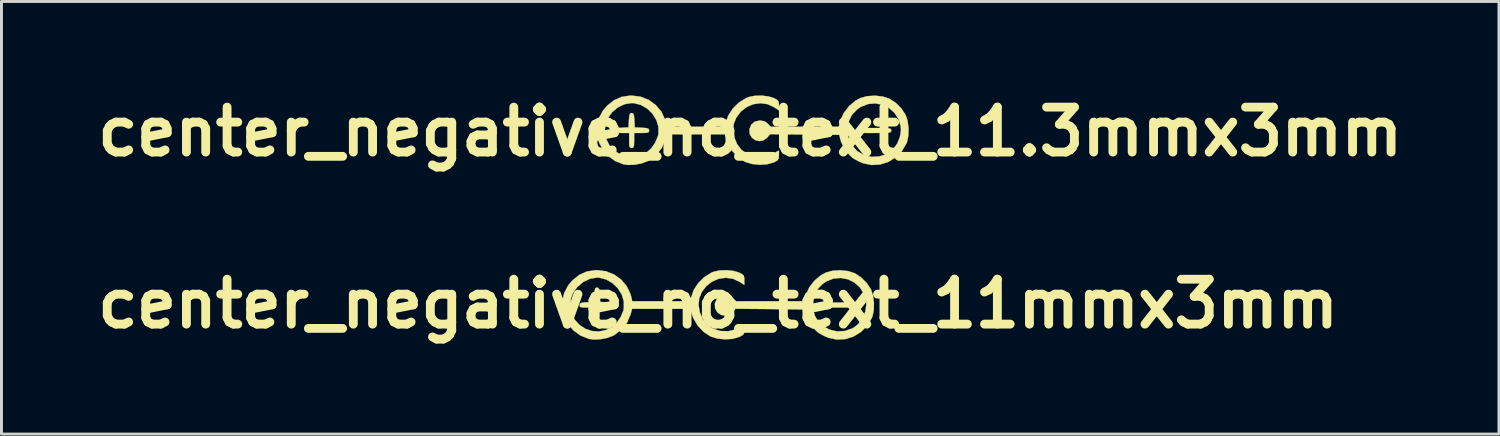
<source format=kicad_pcb>
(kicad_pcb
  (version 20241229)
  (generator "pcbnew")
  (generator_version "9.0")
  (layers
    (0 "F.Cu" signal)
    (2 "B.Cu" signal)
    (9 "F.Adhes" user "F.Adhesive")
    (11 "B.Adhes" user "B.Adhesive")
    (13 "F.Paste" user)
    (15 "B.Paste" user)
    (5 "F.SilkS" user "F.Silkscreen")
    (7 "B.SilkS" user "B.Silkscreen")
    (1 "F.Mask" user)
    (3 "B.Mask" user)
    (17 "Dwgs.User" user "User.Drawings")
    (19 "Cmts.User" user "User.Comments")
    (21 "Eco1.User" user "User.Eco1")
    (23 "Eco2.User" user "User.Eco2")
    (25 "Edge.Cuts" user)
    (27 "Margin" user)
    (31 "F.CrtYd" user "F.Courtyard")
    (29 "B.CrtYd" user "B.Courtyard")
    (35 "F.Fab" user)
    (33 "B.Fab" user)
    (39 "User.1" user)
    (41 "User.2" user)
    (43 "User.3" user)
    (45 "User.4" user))
  (footprint "center_negative_no_text_11mmx3mm"
    (layer "F.Cu")
    (at 21.307 7.254)
    (property "Reference" "center_negative_no_text_11mmx3mm" (at 0 0 0) (layer "F.SilkS") (effects (font (size 1.524 1.524) (thickness 0.3))))
    (attr through_hole)
    (fp_poly (pts (xy 4.341 -0.042) (xy 4.504 -0.039) (xy 4.608 -0.031) (xy 4.667 -0.017) (xy 4.693 0.004) (xy 4.699 0.036) (xy 4.699 0.042) (xy 4.695 0.076) (xy 4.673 0.099) (xy 4.62 0.114) (xy 4.525 0.122) (xy 4.372 0.126) (xy 4.15 0.127) (xy 4.106 0.127) (xy 3.872 0.126) (xy 3.709 0.123) (xy 3.605 0.116) (xy 3.546 0.102) (xy 3.52 0.08) (xy 3.514 0.049) (xy 3.514 0.042) (xy 3.518 0.009) (xy 3.54 -0.014) (xy 3.592 -0.029) (xy 3.688 -0.038) (xy 3.84 -0.041) (xy 4.062 -0.042) (xy 4.106 -0.042) (xy 4.341 -0.042)) (stroke (width 0.01) (type solid)) (fill yes) (layer "F.SilkS"))
    (fp_poly (pts (xy -4.06 -0.538) (xy -4.033 -0.488) (xy -4.018 -0.381) (xy -4.013 -0.307) (xy -4 -0.064) (xy -3.757 -0.051) (xy -3.618 -0.04) (xy -3.544 -0.02) (xy -3.516 0.017) (xy -3.514 0.044) (xy -3.524 0.091) (xy -3.566 0.116) (xy -3.66 0.126) (xy -3.768 0.127) (xy -4.022 0.127) (xy -4.022 0.381) (xy -4.025 0.523) (xy -4.038 0.6) (xy -4.069 0.63) (xy -4.106 0.635) (xy -4.154 0.626) (xy -4.179 0.585) (xy -4.189 0.494) (xy -4.191 0.381) (xy -4.191 0.127) (xy -4.445 0.127) (xy -4.587 0.124) (xy -4.664 0.11) (xy -4.695 0.079) (xy -4.699 0.044) (xy -4.687 -0.003) (xy -4.64 -0.031) (xy -4.536 -0.046) (xy -4.456 -0.051) (xy -4.212 -0.064) (xy -4.199 -0.307) (xy -4.188 -0.446) (xy -4.168 -0.52) (xy -4.131 -0.548) (xy -4.106 -0.55) (xy -4.06 -0.538)) (stroke (width 0.01) (type solid)) (fill yes) (layer "F.SilkS"))
    (fp_poly (pts (xy 4.411 -1.109) (xy 4.634 -1.037) (xy 4.847 -0.897) (xy 5.04 -0.705) (xy 5.182 -0.492) (xy 5.185 -0.485) (xy 5.253 -0.279) (xy 5.285 -0.036) (xy 5.279 0.211) (xy 5.235 0.426) (xy 5.216 0.476) (xy 5.057 0.743) (xy 4.845 0.955) (xy 4.594 1.109) (xy 4.317 1.197) (xy 4.028 1.213) (xy 3.739 1.152) (xy 3.58 1.083) (xy 3.426 0.998) (xy 3.37 0.959) (xy 3.227 0.816) (xy 3.095 0.629) (xy 2.998 0.432) (xy 2.966 0.325) (xy 2.939 0.191) (xy 1.764 0.179) (xy 0.59 0.168) (xy 0.491 0.283) (xy 0.364 0.377) (xy 0.222 0.403) (xy 0.084 0.369) (xy -0.03 0.285) (xy -0.102 0.159) (xy -0.111 0.003) (xy -0.1 -0.027) (xy 3.222 -0.027) (xy 3.225 0.086) (xy 3.243 0.269) (xy 3.282 0.405) (xy 3.351 0.53) (xy 3.362 0.545) (xy 3.548 0.745) (xy 3.775 0.876) (xy 4.028 0.936) (xy 4.295 0.922) (xy 4.561 0.831) (xy 4.573 0.825) (xy 4.753 0.688) (xy 4.897 0.493) (xy 4.993 0.264) (xy 5.028 0.025) (xy 5.02 -0.095) (xy 4.941 -0.352) (xy 4.802 -0.564) (xy 4.616 -0.726) (xy 4.397 -0.832) (xy 4.158 -0.877) (xy 3.912 -0.855) (xy 3.674 -0.763) (xy 3.538 -0.669) (xy 3.362 -0.485) (xy 3.259 -0.277) (xy 3.222 -0.027) (xy -0.1 -0.027) (xy -0.05 -0.158) (xy 0.071 -0.259) (xy 0.243 -0.296) (xy 0.251 -0.296) (xy 0.402 -0.269) (xy 0.508 -0.191) (xy 0.607 -0.085) (xy 2.915 -0.085) (xy 2.981 -0.313) (xy 3.091 -0.555) (xy 3.263 -0.78) (xy 3.478 -0.963) (xy 3.647 -1.057) (xy 3.88 -1.121) (xy 4.147 -1.139) (xy 4.411 -1.109)) (stroke (width 0.01) (type solid)) (fill yes) (layer "F.SilkS"))
    (fp_poly (pts (xy -3.802 -1.103) (xy -3.524 -0.992) (xy -3.284 -0.818) (xy -3.096 -0.591) (xy -2.97 -0.321) (xy -2.944 -0.222) (xy -2.914 -0.085) (xy -0.941 -0.085) (xy -0.915 -0.222) (xy -0.828 -0.47) (xy -0.674 -0.703) (xy -0.47 -0.904) (xy -0.233 -1.053) (xy -0.131 -1.094) (xy 0.069 -1.134) (xy 0.303 -1.14) (xy 0.533 -1.113) (xy 0.709 -1.059) (xy 0.82 -1.003) (xy 0.872 -0.948) (xy 0.888 -0.863) (xy 0.889 -0.808) (xy 0.889 -0.638) (xy 0.74 -0.738) (xy 0.51 -0.848) (xy 0.266 -0.883) (xy 0.023 -0.85) (xy -0.204 -0.754) (xy -0.402 -0.6) (xy -0.556 -0.395) (xy -0.641 -0.188) (xy -0.664 0.04) (xy -0.623 0.283) (xy -0.525 0.513) (xy -0.38 0.702) (xy -0.374 0.707) (xy -0.166 0.846) (xy 0.08 0.922) (xy 0.341 0.93) (xy 0.597 0.87) (xy 0.684 0.83) (xy 0.889 0.724) (xy 0.889 0.885) (xy 0.882 0.987) (xy 0.846 1.051) (xy 0.759 1.103) (xy 0.71 1.126) (xy 0.491 1.189) (xy 0.234 1.206) (xy -0.025 1.179) (xy -0.254 1.108) (xy -0.265 1.103) (xy -0.492 0.953) (xy -0.689 0.744) (xy -0.834 0.503) (xy -0.875 0.397) (xy -0.947 0.169) (xy -2.918 0.169) (xy -2.965 0.345) (xy -3.085 0.635) (xy -3.273 0.875) (xy -3.524 1.062) (xy -3.566 1.084) (xy -3.765 1.158) (xy -3.996 1.202) (xy -4.222 1.212) (xy -4.381 1.19) (xy -4.668 1.076) (xy -4.904 0.906) (xy -5.087 0.691) (xy -5.214 0.444) (xy -5.28 0.177) (xy -5.281 0.086) (xy -5.019 0.086) (xy -4.972 0.327) (xy -4.864 0.539) (xy -4.706 0.714) (xy -4.509 0.844) (xy -4.285 0.922) (xy -4.045 0.939) (xy -3.799 0.888) (xy -3.592 0.784) (xy -3.434 0.639) (xy -3.302 0.443) (xy -3.214 0.228) (xy -3.2 0.162) (xy -3.198 -0.079) (xy -3.268 -0.312) (xy -3.399 -0.523) (xy -3.578 -0.698) (xy -3.792 -0.823) (xy -4.03 -0.885) (xy -4.106 -0.889) (xy -4.349 -0.849) (xy -4.578 -0.738) (xy -4.775 -0.572) (xy -4.923 -0.363) (xy -4.993 -0.177) (xy -5.019 0.086) (xy -5.281 0.086) (xy -5.283 -0.099) (xy -5.22 -0.37) (xy -5.086 -0.625) (xy -4.943 -0.793) (xy -4.704 -0.984) (xy -4.448 -1.097) (xy -4.159 -1.141) (xy -4.106 -1.142) (xy -3.802 -1.103)) (stroke (width 0.01) (type solid)) (fill yes) (layer "F.SilkS")))
  (footprint "center_negative_no_text_11.3mmx3mm"
    (layer "F.Cu")
    (at 22.396 1.418)
    (property "Reference" "center_negative_no_text_11.3mmx3mm" (at 0 0 0) (layer "F.SilkS") (effects (font (size 1.524 1.524) (thickness 0.3))))
    (attr through_hole)
    (fp_poly (pts (xy 4.426 -0.126) (xy 4.588 -0.123) (xy 4.693 -0.116) (xy 4.751 -0.102) (xy 4.777 -0.08) (xy 4.784 -0.049) (xy 4.784 -0.042) (xy 4.779 -0.009) (xy 4.757 0.014) (xy 4.705 0.029) (xy 4.609 0.038) (xy 4.457 0.041) (xy 4.235 0.042) (xy 4.191 0.042) (xy 3.956 0.042) (xy 3.794 0.039) (xy 3.689 0.031) (xy 3.631 0.017) (xy 3.605 -0.004) (xy 3.598 -0.036) (xy 3.598 -0.042) (xy 3.603 -0.076) (xy 3.625 -0.099) (xy 3.677 -0.114) (xy 3.773 -0.122) (xy 3.925 -0.126) (xy 4.147 -0.127) (xy 4.191 -0.127) (xy 4.426 -0.126)) (stroke (width 0.01) (type solid)) (fill yes) (layer "F.SilkS"))
    (fp_poly (pts (xy -3.975 -0.623) (xy -3.948 -0.573) (xy -3.933 -0.466) (xy -3.929 -0.392) (xy -3.916 -0.148) (xy -3.672 -0.135) (xy -3.533 -0.124) (xy -3.459 -0.104) (xy -3.432 -0.068) (xy -3.429 -0.04) (xy -3.439 0.006) (xy -3.481 0.031) (xy -3.575 0.041) (xy -3.683 0.042) (xy -3.937 0.042) (xy -3.937 0.296) (xy -3.94 0.438) (xy -3.954 0.515) (xy -3.984 0.546) (xy -4.022 0.55) (xy -4.069 0.541) (xy -4.095 0.5) (xy -4.105 0.409) (xy -4.106 0.296) (xy -4.106 0.042) (xy -4.36 0.042) (xy -4.502 0.039) (xy -4.579 0.025) (xy -4.61 -0.005) (xy -4.614 -0.04) (xy -4.603 -0.088) (xy -4.555 -0.116) (xy -4.452 -0.13) (xy -4.371 -0.135) (xy -4.128 -0.148) (xy -4.115 -0.392) (xy -4.103 -0.531) (xy -4.083 -0.605) (xy -4.046 -0.633) (xy -4.022 -0.635) (xy -3.975 -0.623)) (stroke (width 0.01) (type solid)) (fill yes) (layer "F.SilkS"))
    (fp_poly (pts (xy 4.496 -1.194) (xy 4.719 -1.121) (xy 4.932 -0.982) (xy 5.125 -0.79) (xy 5.267 -0.577) (xy 5.27 -0.57) (xy 5.338 -0.364) (xy 5.37 -0.12) (xy 5.364 0.126) (xy 5.32 0.341) (xy 5.301 0.391) (xy 5.141 0.658) (xy 4.93 0.871) (xy 4.679 1.024) (xy 4.402 1.112) (xy 4.112 1.128) (xy 3.824 1.067) (xy 3.664 0.998) (xy 3.511 0.913) (xy 3.455 0.874) (xy 3.311 0.732) (xy 3.18 0.544) (xy 3.083 0.347) (xy 3.051 0.24) (xy 3.023 0.106) (xy 0.674 0.083) (xy 0.576 0.198) (xy 0.449 0.292) (xy 0.307 0.318) (xy 0.169 0.284) (xy 0.054 0.2) (xy -0.017 0.075) (xy -0.027 -0.081) (xy -0.015 -0.112) (xy 3.307 -0.112) (xy 3.309 0.002) (xy 3.328 0.185) (xy 3.366 0.32) (xy 3.436 0.445) (xy 3.447 0.46) (xy 3.633 0.66) (xy 3.859 0.791) (xy 4.113 0.852) (xy 4.38 0.838) (xy 4.646 0.746) (xy 4.657 0.741) (xy 4.838 0.603) (xy 4.982 0.408) (xy 5.077 0.179) (xy 5.113 -0.06) (xy 5.104 -0.18) (xy 5.025 -0.437) (xy 4.886 -0.649) (xy 4.7 -0.811) (xy 4.481 -0.916) (xy 4.242 -0.961) (xy 3.997 -0.94) (xy 3.759 -0.847) (xy 3.623 -0.754) (xy 3.447 -0.57) (xy 3.344 -0.361) (xy 3.307 -0.112) (xy -0.015 -0.112) (xy 0.035 -0.243) (xy 0.155 -0.344) (xy 0.328 -0.381) (xy 0.336 -0.381) (xy 0.487 -0.354) (xy 0.593 -0.275) (xy 0.692 -0.169) (xy 3 -0.169) (xy 3.066 -0.397) (xy 3.175 -0.639) (xy 3.348 -0.864) (xy 3.562 -1.048) (xy 3.731 -1.142) (xy 3.965 -1.206) (xy 4.231 -1.223) (xy 4.496 -1.194)) (stroke (width 0.01) (type solid)) (fill yes) (layer "F.SilkS"))
    (fp_poly (pts (xy -3.717 -1.188) (xy -3.439 -1.077) (xy -3.2 -0.903) (xy -3.011 -0.676) (xy -2.885 -0.405) (xy -2.859 -0.307) (xy -2.83 -0.169) (xy -0.856 -0.169) (xy -0.83 -0.307) (xy -0.743 -0.554) (xy -0.589 -0.788) (xy -0.385 -0.989) (xy -0.148 -1.138) (xy -0.047 -1.179) (xy 0.153 -1.219) (xy 0.388 -1.225) (xy 0.617 -1.198) (xy 0.794 -1.144) (xy 0.904 -1.088) (xy 0.957 -1.032) (xy 0.973 -0.948) (xy 0.974 -0.892) (xy 0.974 -0.722) (xy 0.825 -0.823) (xy 0.594 -0.933) (xy 0.351 -0.968) (xy 0.108 -0.935) (xy -0.12 -0.838) (xy -0.318 -0.685) (xy -0.472 -0.48) (xy -0.557 -0.272) (xy -0.58 -0.045) (xy -0.538 0.198) (xy -0.441 0.428) (xy -0.295 0.617) (xy -0.289 0.622) (xy -0.081 0.762) (xy 0.164 0.837) (xy 0.425 0.845) (xy 0.681 0.785) (xy 0.769 0.745) (xy 0.974 0.639) (xy 0.974 0.8) (xy 0.966 0.903) (xy 0.93 0.966) (xy 0.844 1.019) (xy 0.795 1.041) (xy 0.575 1.104) (xy 0.319 1.121) (xy 0.059 1.094) (xy -0.169 1.024) (xy -0.181 1.018) (xy -0.407 0.868) (xy -0.604 0.66) (xy -0.749 0.419) (xy -0.79 0.312) (xy -0.862 0.085) (xy -2.833 0.085) (xy -2.88 0.261) (xy -3 0.55) (xy -3.188 0.791) (xy -3.44 0.977) (xy -3.482 0.999) (xy -3.68 1.073) (xy -3.911 1.117) (xy -4.137 1.127) (xy -4.297 1.106) (xy -4.583 0.992) (xy -4.819 0.821) (xy -5.002 0.606) (xy -5.129 0.359) (xy -5.195 0.092) (xy -5.196 0.001) (xy -4.934 0.001) (xy -4.887 0.243) (xy -4.779 0.455) (xy -4.621 0.63) (xy -4.424 0.759) (xy -4.2 0.837) (xy -3.96 0.854) (xy -3.715 0.803) (xy -3.507 0.699) (xy -3.35 0.555) (xy -3.217 0.358) (xy -3.13 0.143) (xy -3.115 0.077) (xy -3.113 -0.164) (xy -3.184 -0.397) (xy -3.314 -0.608) (xy -3.493 -0.783) (xy -3.708 -0.908) (xy -3.946 -0.969) (xy -4.022 -0.973) (xy -4.265 -0.933) (xy -4.494 -0.823) (xy -4.691 -0.656) (xy -4.838 -0.448) (xy -4.909 -0.262) (xy -4.934 0.001) (xy -5.196 0.001) (xy -5.199 -0.183) (xy -5.135 -0.455) (xy -5.001 -0.71) (xy -4.858 -0.878) (xy -4.619 -1.068) (xy -4.364 -1.182) (xy -4.075 -1.225) (xy -4.022 -1.226) (xy -3.717 -1.188)) (stroke (width 0.01) (type solid)) (fill yes) (layer "F.SilkS")))
  (gr_rect
    (start -3 -3)
    (end 47.791 11.672)
    (stroke (width 0.1) (type default))
    (fill no)
    (layer "Edge.Cuts")))
</source>
